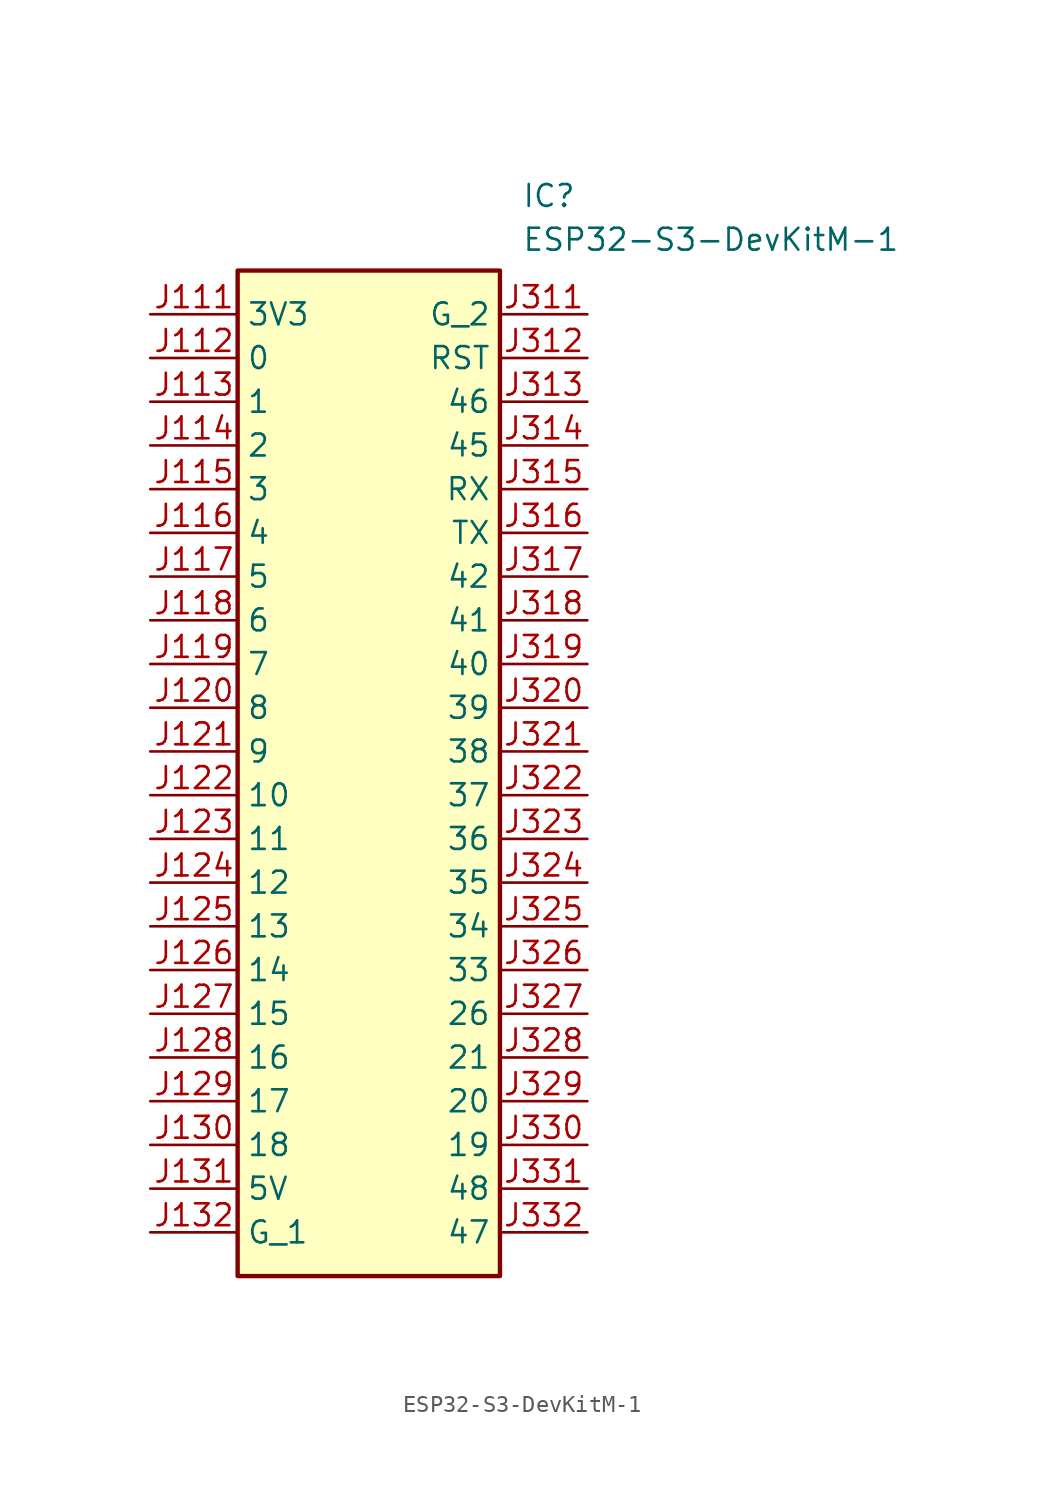
<source format=kicad_sym>
(kicad_symbol_lib
  (version 20211014)
  (generator SamacSys_ECAD_Model)
  (symbol "ESP32-S3-DevKitM-1"
    (property "Reference" "IC"
      (at 21.59 7.62 0)
      (effects (font (size 1.27 1.27)) (justify left top)))
    (property "Value" "ESP32-S3-DevKitM-1"
      (at 21.59 5.08 0)
      (effects (font (size 1.27 1.27)) (justify left top)))
    (rectangle
      (start 5.08 2.54)
      (end 20.32 -55.88)
      (stroke (width 0.254) (type default))
      (fill (type background)))
    (pin passive line
      (at 0 0 0)
      (length 5.08)
      (name "3V3" (effects (font (size 1.27 1.27))))
      (number "J111" (effects (font (size 1.27 1.27)))))
    (pin passive line
      (at 0 -2.54 0)
      (length 5.08)
      (name "0" (effects (font (size 1.27 1.27))))
      (number "J112" (effects (font (size 1.27 1.27)))))
    (pin passive line
      (at 0 -5.08 0)
      (length 5.08)
      (name "1" (effects (font (size 1.27 1.27))))
      (number "J113" (effects (font (size 1.27 1.27)))))
    (pin passive line
      (at 0 -7.62 0)
      (length 5.08)
      (name "2" (effects (font (size 1.27 1.27))))
      (number "J114" (effects (font (size 1.27 1.27)))))
    (pin passive line
      (at 0 -10.16 0)
      (length 5.08)
      (name "3" (effects (font (size 1.27 1.27))))
      (number "J115" (effects (font (size 1.27 1.27)))))
    (pin passive line
      (at 0 -12.7 0)
      (length 5.08)
      (name "4" (effects (font (size 1.27 1.27))))
      (number "J116" (effects (font (size 1.27 1.27)))))
    (pin passive line
      (at 0 -15.24 0)
      (length 5.08)
      (name "5" (effects (font (size 1.27 1.27))))
      (number "J117" (effects (font (size 1.27 1.27)))))
    (pin passive line
      (at 0 -17.78 0)
      (length 5.08)
      (name "6" (effects (font (size 1.27 1.27))))
      (number "J118" (effects (font (size 1.27 1.27)))))
    (pin passive line
      (at 0 -20.32 0)
      (length 5.08)
      (name "7" (effects (font (size 1.27 1.27))))
      (number "J119" (effects (font (size 1.27 1.27)))))
    (pin passive line
      (at 0 -22.86 0)
      (length 5.08)
      (name "8" (effects (font (size 1.27 1.27))))
      (number "J120" (effects (font (size 1.27 1.27)))))
    (pin passive line
      (at 0 -25.4 0)
      (length 5.08)
      (name "9" (effects (font (size 1.27 1.27))))
      (number "J121" (effects (font (size 1.27 1.27)))))
    (pin passive line
      (at 0 -27.94 0)
      (length 5.08)
      (name "10" (effects (font (size 1.27 1.27))))
      (number "J122" (effects (font (size 1.27 1.27)))))
    (pin passive line
      (at 0 -30.48 0)
      (length 5.08)
      (name "11" (effects (font (size 1.27 1.27))))
      (number "J123" (effects (font (size 1.27 1.27)))))
    (pin passive line
      (at 0 -33.02 0)
      (length 5.08)
      (name "12" (effects (font (size 1.27 1.27))))
      (number "J124" (effects (font (size 1.27 1.27)))))
    (pin passive line
      (at 0 -35.56 0)
      (length 5.08)
      (name "13" (effects (font (size 1.27 1.27))))
      (number "J125" (effects (font (size 1.27 1.27)))))
    (pin passive line
      (at 0 -38.1 0)
      (length 5.08)
      (name "14" (effects (font (size 1.27 1.27))))
      (number "J126" (effects (font (size 1.27 1.27)))))
    (pin passive line
      (at 0 -40.64 0)
      (length 5.08)
      (name "15" (effects (font (size 1.27 1.27))))
      (number "J127" (effects (font (size 1.27 1.27)))))
    (pin passive line
      (at 0 -43.18 0)
      (length 5.08)
      (name "16" (effects (font (size 1.27 1.27))))
      (number "J128" (effects (font (size 1.27 1.27)))))
    (pin passive line
      (at 0 -45.72 0)
      (length 5.08)
      (name "17" (effects (font (size 1.27 1.27))))
      (number "J129" (effects (font (size 1.27 1.27)))))
    (pin passive line
      (at 0 -48.26 0)
      (length 5.08)
      (name "18" (effects (font (size 1.27 1.27))))
      (number "J130" (effects (font (size 1.27 1.27)))))
    (pin passive line
      (at 0 -50.8 0)
      (length 5.08)
      (name "5V" (effects (font (size 1.27 1.27))))
      (number "J131" (effects (font (size 1.27 1.27)))))
    (pin passive line
      (at 0 -53.34 0)
      (length 5.08)
      (name "G_1" (effects (font (size 1.27 1.27))))
      (number "J132" (effects (font (size 1.27 1.27)))))
    (pin passive line
      (at 25.4 0 180)
      (length 5.08)
      (name "G_2" (effects (font (size 1.27 1.27))))
      (number "J311" (effects (font (size 1.27 1.27)))))
    (pin passive line
      (at 25.4 -2.54 180)
      (length 5.08)
      (name "RST" (effects (font (size 1.27 1.27))))
      (number "J312" (effects (font (size 1.27 1.27)))))
    (pin passive line
      (at 25.4 -5.08 180)
      (length 5.08)
      (name "46" (effects (font (size 1.27 1.27))))
      (number "J313" (effects (font (size 1.27 1.27)))))
    (pin passive line
      (at 25.4 -7.62 180)
      (length 5.08)
      (name "45" (effects (font (size 1.27 1.27))))
      (number "J314" (effects (font (size 1.27 1.27)))))
    (pin passive line
      (at 25.4 -10.16 180)
      (length 5.08)
      (name "RX" (effects (font (size 1.27 1.27))))
      (number "J315" (effects (font (size 1.27 1.27)))))
    (pin passive line
      (at 25.4 -12.7 180)
      (length 5.08)
      (name "TX" (effects (font (size 1.27 1.27))))
      (number "J316" (effects (font (size 1.27 1.27)))))
    (pin passive line
      (at 25.4 -15.24 180)
      (length 5.08)
      (name "42" (effects (font (size 1.27 1.27))))
      (number "J317" (effects (font (size 1.27 1.27)))))
    (pin passive line
      (at 25.4 -17.78 180)
      (length 5.08)
      (name "41" (effects (font (size 1.27 1.27))))
      (number "J318" (effects (font (size 1.27 1.27)))))
    (pin passive line
      (at 25.4 -20.32 180)
      (length 5.08)
      (name "40" (effects (font (size 1.27 1.27))))
      (number "J319" (effects (font (size 1.27 1.27)))))
    (pin passive line
      (at 25.4 -22.86 180)
      (length 5.08)
      (name "39" (effects (font (size 1.27 1.27))))
      (number "J320" (effects (font (size 1.27 1.27)))))
    (pin passive line
      (at 25.4 -25.4 180)
      (length 5.08)
      (name "38" (effects (font (size 1.27 1.27))))
      (number "J321" (effects (font (size 1.27 1.27)))))
    (pin passive line
      (at 25.4 -27.94 180)
      (length 5.08)
      (name "37" (effects (font (size 1.27 1.27))))
      (number "J322" (effects (font (size 1.27 1.27)))))
    (pin passive line
      (at 25.4 -30.48 180)
      (length 5.08)
      (name "36" (effects (font (size 1.27 1.27))))
      (number "J323" (effects (font (size 1.27 1.27)))))
    (pin passive line
      (at 25.4 -33.02 180)
      (length 5.08)
      (name "35" (effects (font (size 1.27 1.27))))
      (number "J324" (effects (font (size 1.27 1.27)))))
    (pin passive line
      (at 25.4 -35.56 180)
      (length 5.08)
      (name "34" (effects (font (size 1.27 1.27))))
      (number "J325" (effects (font (size 1.27 1.27)))))
    (pin passive line
      (at 25.4 -38.1 180)
      (length 5.08)
      (name "33" (effects (font (size 1.27 1.27))))
      (number "J326" (effects (font (size 1.27 1.27)))))
    (pin passive line
      (at 25.4 -40.64 180)
      (length 5.08)
      (name "26" (effects (font (size 1.27 1.27))))
      (number "J327" (effects (font (size 1.27 1.27)))))
    (pin passive line
      (at 25.4 -43.18 180)
      (length 5.08)
      (name "21" (effects (font (size 1.27 1.27))))
      (number "J328" (effects (font (size 1.27 1.27)))))
    (pin passive line
      (at 25.4 -45.72 180)
      (length 5.08)
      (name "20" (effects (font (size 1.27 1.27))))
      (number "J329" (effects (font (size 1.27 1.27)))))
    (pin passive line
      (at 25.4 -48.26 180)
      (length 5.08)
      (name "19" (effects (font (size 1.27 1.27))))
      (number "J330" (effects (font (size 1.27 1.27)))))
    (pin passive line
      (at 25.4 -50.8 180)
      (length 5.08)
      (name "48" (effects (font (size 1.27 1.27))))
      (number "J331" (effects (font (size 1.27 1.27)))))
    (pin passive line
      (at 25.4 -53.34 180)
      (length 5.08)
      (name "47" (effects (font (size 1.27 1.27))))
      (number "J332" (effects (font (size 1.27 1.27)))))))
</source>
